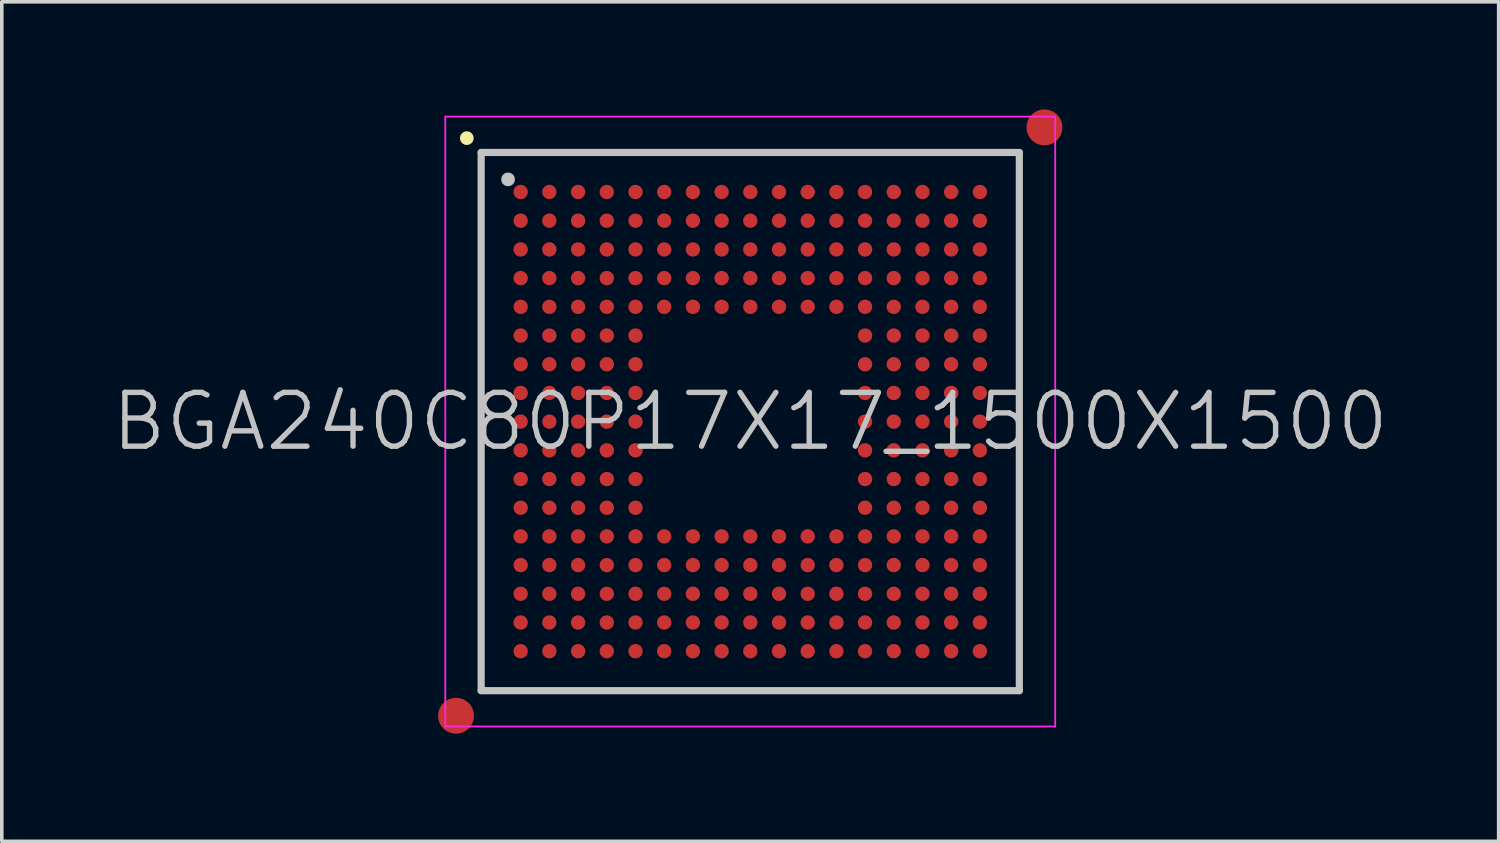
<source format=kicad_pcb>
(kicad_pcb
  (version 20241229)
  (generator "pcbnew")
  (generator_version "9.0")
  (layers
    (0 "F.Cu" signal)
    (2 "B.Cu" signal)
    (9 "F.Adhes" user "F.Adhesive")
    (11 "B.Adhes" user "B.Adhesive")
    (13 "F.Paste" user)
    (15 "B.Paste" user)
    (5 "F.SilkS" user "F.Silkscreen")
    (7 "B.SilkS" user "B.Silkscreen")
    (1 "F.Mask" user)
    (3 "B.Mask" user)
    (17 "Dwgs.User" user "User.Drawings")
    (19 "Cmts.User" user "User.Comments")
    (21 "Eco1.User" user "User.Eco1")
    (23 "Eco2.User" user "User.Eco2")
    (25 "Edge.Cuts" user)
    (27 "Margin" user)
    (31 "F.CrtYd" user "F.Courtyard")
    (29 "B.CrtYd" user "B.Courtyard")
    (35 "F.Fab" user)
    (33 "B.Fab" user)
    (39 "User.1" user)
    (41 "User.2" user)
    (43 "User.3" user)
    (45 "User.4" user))
  (footprint "BGA240C80P17X17_1500X1500"
    (layer "F.Cu")
    (at 17.861 8.7)
    (property "Reference" "BGA240C80P17X17_1500X1500" (at 0 0 0) (layer "Dwgs.User") (effects (font (size 1.5 1.5) (thickness 0.15))))
    (attr smd)
    (fp_line (start -7.9 -7.9) (end -7.9 -7.9) (stroke (width 0.381) (type solid)) (layer "F.SilkS"))
    (fp_line (start -7.5 -7.5) (end -7.5 7.5) (stroke (width 0.2) (type solid)) (layer "Dwgs.User"))
    (fp_line (start -7.5 -7.5) (end 7.5 -7.5) (stroke (width 0.2) (type solid)) (layer "Dwgs.User"))
    (fp_line (start -7.5 7.5) (end 7.5 7.5) (stroke (width 0.2) (type solid)) (layer "Dwgs.User"))
    (fp_line (start -6.75 -6.75) (end -6.75 -6.75) (stroke (width 0.381) (type solid)) (layer "Dwgs.User"))
    (fp_line (start 7.5 -7.5) (end 7.5 7.5) (stroke (width 0.2) (type solid)) (layer "Dwgs.User"))
    (fp_line (start -8.5 -8.5) (end -8.5 8.5) (stroke (width 0.05) (type solid)) (layer "F.CrtYd"))
    (fp_line (start -8.5 -8.5) (end 8.5 -8.5) (stroke (width 0.05) (type solid)) (layer "F.CrtYd"))
    (fp_line (start -8.5 8.5) (end 8.5 8.5) (stroke (width 0.05) (type solid)) (layer "F.CrtYd"))
    (fp_line (start 8.5 -8.5) (end 8.5 8.5) (stroke (width 0.05) (type solid)) (layer "F.CrtYd"))
    (pad "" smd circle (at -8.2 8.2) (size 1 1) (layers "F.Cu" "F.Mask"))
    (pad "" smd circle (at 8.2 -8.2) (size 1 1) (layers "F.Cu" "F.Mask"))
    (pad "A1" smd circle (at -6.399 -6.399) (size 0.4 0.4) (layers "F.Cu" "F.Mask" "F.Paste"))
    (pad "A2" smd circle (at -5.599 -6.399) (size 0.4 0.4) (layers "F.Cu" "F.Mask" "F.Paste"))
    (pad "A3" smd circle (at -4.798 -6.399) (size 0.4 0.4) (layers "F.Cu" "F.Mask" "F.Paste"))
    (pad "A4" smd circle (at -3.998 -6.399) (size 0.4 0.4) (layers "F.Cu" "F.Mask" "F.Paste"))
    (pad "A5" smd circle (at -3.198 -6.399) (size 0.4 0.4) (layers "F.Cu" "F.Mask" "F.Paste"))
    (pad "A6" smd circle (at -2.398 -6.399) (size 0.4 0.4) (layers "F.Cu" "F.Mask" "F.Paste"))
    (pad "A7" smd circle (at -1.598 -6.399) (size 0.4 0.4) (layers "F.Cu" "F.Mask" "F.Paste"))
    (pad "A8" smd circle (at -0.798 -6.399) (size 0.4 0.4) (layers "F.Cu" "F.Mask" "F.Paste"))
    (pad "A9" smd circle (at 0.002 -6.399) (size 0.4 0.4) (layers "F.Cu" "F.Mask" "F.Paste"))
    (pad "A10" smd circle (at 0.802 -6.399) (size 0.4 0.4) (layers "F.Cu" "F.Mask" "F.Paste"))
    (pad "A11" smd circle (at 1.602 -6.399) (size 0.4 0.4) (layers "F.Cu" "F.Mask" "F.Paste"))
    (pad "A12" smd circle (at 2.402 -6.399) (size 0.4 0.4) (layers "F.Cu" "F.Mask" "F.Paste"))
    (pad "A13" smd circle (at 3.2 -6.399) (size 0.4 0.4) (layers "F.Cu" "F.Mask" "F.Paste"))
    (pad "A14" smd circle (at 4 -6.399) (size 0.4 0.4) (layers "F.Cu" "F.Mask" "F.Paste"))
    (pad "A15" smd circle (at 4.8 -6.399) (size 0.4 0.4) (layers "F.Cu" "F.Mask" "F.Paste"))
    (pad "A16" smd circle (at 5.6 -6.399) (size 0.4 0.4) (layers "F.Cu" "F.Mask" "F.Paste"))
    (pad "A17" smd circle (at 6.4 -6.399) (size 0.4 0.4) (layers "F.Cu" "F.Mask" "F.Paste"))
    (pad "B1" smd circle (at -6.399 -5.599) (size 0.4 0.4) (layers "F.Cu" "F.Mask" "F.Paste"))
    (pad "B2" smd circle (at -5.599 -5.599) (size 0.4 0.4) (layers "F.Cu" "F.Mask" "F.Paste"))
    (pad "B3" smd circle (at -4.798 -5.599) (size 0.4 0.4) (layers "F.Cu" "F.Mask" "F.Paste"))
    (pad "B4" smd circle (at -3.998 -5.599) (size 0.4 0.4) (layers "F.Cu" "F.Mask" "F.Paste"))
    (pad "B5" smd circle (at -3.198 -5.599) (size 0.4 0.4) (layers "F.Cu" "F.Mask" "F.Paste"))
    (pad "B6" smd circle (at -2.398 -5.599) (size 0.4 0.4) (layers "F.Cu" "F.Mask" "F.Paste"))
    (pad "B7" smd circle (at -1.598 -5.599) (size 0.4 0.4) (layers "F.Cu" "F.Mask" "F.Paste"))
    (pad "B8" smd circle (at -0.798 -5.599) (size 0.4 0.4) (layers "F.Cu" "F.Mask" "F.Paste"))
    (pad "B9" smd circle (at 0.002 -5.599) (size 0.4 0.4) (layers "F.Cu" "F.Mask" "F.Paste"))
    (pad "B10" smd circle (at 0.802 -5.599) (size 0.4 0.4) (layers "F.Cu" "F.Mask" "F.Paste"))
    (pad "B11" smd circle (at 1.602 -5.599) (size 0.4 0.4) (layers "F.Cu" "F.Mask" "F.Paste"))
    (pad "B12" smd circle (at 2.402 -5.599) (size 0.4 0.4) (layers "F.Cu" "F.Mask" "F.Paste"))
    (pad "B13" smd circle (at 3.2 -5.599) (size 0.4 0.4) (layers "F.Cu" "F.Mask" "F.Paste"))
    (pad "B14" smd circle (at 4 -5.599) (size 0.4 0.4) (layers "F.Cu" "F.Mask" "F.Paste"))
    (pad "B15" smd circle (at 4.8 -5.599) (size 0.4 0.4) (layers "F.Cu" "F.Mask" "F.Paste"))
    (pad "B16" smd circle (at 5.6 -5.599) (size 0.4 0.4) (layers "F.Cu" "F.Mask" "F.Paste"))
    (pad "B17" smd circle (at 6.4 -5.599) (size 0.4 0.4) (layers "F.Cu" "F.Mask" "F.Paste"))
    (pad "C1" smd circle (at -6.399 -4.798) (size 0.4 0.4) (layers "F.Cu" "F.Mask" "F.Paste"))
    (pad "C2" smd circle (at -5.599 -4.798) (size 0.4 0.4) (layers "F.Cu" "F.Mask" "F.Paste"))
    (pad "C3" smd circle (at -4.798 -4.798) (size 0.4 0.4) (layers "F.Cu" "F.Mask" "F.Paste"))
    (pad "C4" smd circle (at -3.998 -4.798) (size 0.4 0.4) (layers "F.Cu" "F.Mask" "F.Paste"))
    (pad "C5" smd circle (at -3.198 -4.798) (size 0.4 0.4) (layers "F.Cu" "F.Mask" "F.Paste"))
    (pad "C6" smd circle (at -2.398 -4.798) (size 0.4 0.4) (layers "F.Cu" "F.Mask" "F.Paste"))
    (pad "C7" smd circle (at -1.598 -4.798) (size 0.4 0.4) (layers "F.Cu" "F.Mask" "F.Paste"))
    (pad "C8" smd circle (at -0.798 -4.798) (size 0.4 0.4) (layers "F.Cu" "F.Mask" "F.Paste"))
    (pad "C9" smd circle (at 0.002 -4.798) (size 0.4 0.4) (layers "F.Cu" "F.Mask" "F.Paste"))
    (pad "C10" smd circle (at 0.802 -4.798) (size 0.4 0.4) (layers "F.Cu" "F.Mask" "F.Paste"))
    (pad "C11" smd circle (at 1.602 -4.798) (size 0.4 0.4) (layers "F.Cu" "F.Mask" "F.Paste"))
    (pad "C12" smd circle (at 2.402 -4.798) (size 0.4 0.4) (layers "F.Cu" "F.Mask" "F.Paste"))
    (pad "C13" smd circle (at 3.2 -4.798) (size 0.4 0.4) (layers "F.Cu" "F.Mask" "F.Paste"))
    (pad "C14" smd circle (at 4 -4.798) (size 0.4 0.4) (layers "F.Cu" "F.Mask" "F.Paste"))
    (pad "C15" smd circle (at 4.8 -4.798) (size 0.4 0.4) (layers "F.Cu" "F.Mask" "F.Paste"))
    (pad "C16" smd circle (at 5.6 -4.798) (size 0.4 0.4) (layers "F.Cu" "F.Mask" "F.Paste"))
    (pad "C17" smd circle (at 6.4 -4.798) (size 0.4 0.4) (layers "F.Cu" "F.Mask" "F.Paste"))
    (pad "D1" smd circle (at -6.399 -3.998) (size 0.4 0.4) (layers "F.Cu" "F.Mask" "F.Paste"))
    (pad "D2" smd circle (at -5.599 -3.998) (size 0.4 0.4) (layers "F.Cu" "F.Mask" "F.Paste"))
    (pad "D3" smd circle (at -4.798 -3.998) (size 0.4 0.4) (layers "F.Cu" "F.Mask" "F.Paste"))
    (pad "D4" smd circle (at -3.998 -3.998) (size 0.4 0.4) (layers "F.Cu" "F.Mask" "F.Paste"))
    (pad "D5" smd circle (at -3.198 -3.998) (size 0.4 0.4) (layers "F.Cu" "F.Mask" "F.Paste"))
    (pad "D6" smd circle (at -2.398 -3.998) (size 0.4 0.4) (layers "F.Cu" "F.Mask" "F.Paste"))
    (pad "D7" smd circle (at -1.598 -3.998) (size 0.4 0.4) (layers "F.Cu" "F.Mask" "F.Paste"))
    (pad "D8" smd circle (at -0.798 -3.998) (size 0.4 0.4) (layers "F.Cu" "F.Mask" "F.Paste"))
    (pad "D9" smd circle (at 0.002 -3.998) (size 0.4 0.4) (layers "F.Cu" "F.Mask" "F.Paste"))
    (pad "D10" smd circle (at 0.802 -3.998) (size 0.4 0.4) (layers "F.Cu" "F.Mask" "F.Paste"))
    (pad "D11" smd circle (at 1.602 -3.998) (size 0.4 0.4) (layers "F.Cu" "F.Mask" "F.Paste"))
    (pad "D12" smd circle (at 2.402 -3.998) (size 0.4 0.4) (layers "F.Cu" "F.Mask" "F.Paste"))
    (pad "D13" smd circle (at 3.2 -3.998) (size 0.4 0.4) (layers "F.Cu" "F.Mask" "F.Paste"))
    (pad "D14" smd circle (at 4 -3.998) (size 0.4 0.4) (layers "F.Cu" "F.Mask" "F.Paste"))
    (pad "D15" smd circle (at 4.8 -3.998) (size 0.4 0.4) (layers "F.Cu" "F.Mask" "F.Paste"))
    (pad "D16" smd circle (at 5.6 -3.998) (size 0.4 0.4) (layers "F.Cu" "F.Mask" "F.Paste"))
    (pad "D17" smd circle (at 6.4 -3.998) (size 0.4 0.4) (layers "F.Cu" "F.Mask" "F.Paste"))
    (pad "E1" smd circle (at -6.399 -3.198) (size 0.4 0.4) (layers "F.Cu" "F.Mask" "F.Paste"))
    (pad "E2" smd circle (at -5.599 -3.198) (size 0.4 0.4) (layers "F.Cu" "F.Mask" "F.Paste"))
    (pad "E3" smd circle (at -4.798 -3.198) (size 0.4 0.4) (layers "F.Cu" "F.Mask" "F.Paste"))
    (pad "E4" smd circle (at -3.998 -3.198) (size 0.4 0.4) (layers "F.Cu" "F.Mask" "F.Paste"))
    (pad "E5" smd circle (at -3.198 -3.198) (size 0.4 0.4) (layers "F.Cu" "F.Mask" "F.Paste"))
    (pad "E6" smd circle (at -2.398 -3.198) (size 0.4 0.4) (layers "F.Cu" "F.Mask" "F.Paste"))
    (pad "E7" smd circle (at -1.598 -3.198) (size 0.4 0.4) (layers "F.Cu" "F.Mask" "F.Paste"))
    (pad "E8" smd circle (at -0.798 -3.198) (size 0.4 0.4) (layers "F.Cu" "F.Mask" "F.Paste"))
    (pad "E9" smd circle (at 0.002 -3.198) (size 0.4 0.4) (layers "F.Cu" "F.Mask" "F.Paste"))
    (pad "E10" smd circle (at 0.802 -3.198) (size 0.4 0.4) (layers "F.Cu" "F.Mask" "F.Paste"))
    (pad "E11" smd circle (at 1.602 -3.198) (size 0.4 0.4) (layers "F.Cu" "F.Mask" "F.Paste"))
    (pad "E12" smd circle (at 2.402 -3.198) (size 0.4 0.4) (layers "F.Cu" "F.Mask" "F.Paste"))
    (pad "E13" smd circle (at 3.2 -3.198) (size 0.4 0.4) (layers "F.Cu" "F.Mask" "F.Paste"))
    (pad "E14" smd circle (at 4 -3.198) (size 0.4 0.4) (layers "F.Cu" "F.Mask" "F.Paste"))
    (pad "E15" smd circle (at 4.8 -3.198) (size 0.4 0.4) (layers "F.Cu" "F.Mask" "F.Paste"))
    (pad "E16" smd circle (at 5.6 -3.198) (size 0.4 0.4) (layers "F.Cu" "F.Mask" "F.Paste"))
    (pad "E17" smd circle (at 6.4 -3.198) (size 0.4 0.4) (layers "F.Cu" "F.Mask" "F.Paste"))
    (pad "F1" smd circle (at -6.399 -2.398) (size 0.4 0.4) (layers "F.Cu" "F.Mask" "F.Paste"))
    (pad "F2" smd circle (at -5.599 -2.398) (size 0.4 0.4) (layers "F.Cu" "F.Mask" "F.Paste"))
    (pad "F3" smd circle (at -4.798 -2.398) (size 0.4 0.4) (layers "F.Cu" "F.Mask" "F.Paste"))
    (pad "F4" smd circle (at -3.998 -2.398) (size 0.4 0.4) (layers "F.Cu" "F.Mask" "F.Paste"))
    (pad "F5" smd circle (at -3.198 -2.398) (size 0.4 0.4) (layers "F.Cu" "F.Mask" "F.Paste"))
    (pad "F13" smd circle (at 3.2 -2.398) (size 0.4 0.4) (layers "F.Cu" "F.Mask" "F.Paste"))
    (pad "F14" smd circle (at 4 -2.398) (size 0.4 0.4) (layers "F.Cu" "F.Mask" "F.Paste"))
    (pad "F15" smd circle (at 4.8 -2.398) (size 0.4 0.4) (layers "F.Cu" "F.Mask" "F.Paste"))
    (pad "F16" smd circle (at 5.6 -2.398) (size 0.4 0.4) (layers "F.Cu" "F.Mask" "F.Paste"))
    (pad "F17" smd circle (at 6.4 -2.398) (size 0.4 0.4) (layers "F.Cu" "F.Mask" "F.Paste"))
    (pad "G1" smd circle (at -6.399 -1.598) (size 0.4 0.4) (layers "F.Cu" "F.Mask" "F.Paste"))
    (pad "G2" smd circle (at -5.599 -1.598) (size 0.4 0.4) (layers "F.Cu" "F.Mask" "F.Paste"))
    (pad "G3" smd circle (at -4.798 -1.598) (size 0.4 0.4) (layers "F.Cu" "F.Mask" "F.Paste"))
    (pad "G4" smd circle (at -3.998 -1.598) (size 0.4 0.4) (layers "F.Cu" "F.Mask" "F.Paste"))
    (pad "G5" smd circle (at -3.198 -1.598) (size 0.4 0.4) (layers "F.Cu" "F.Mask" "F.Paste"))
    (pad "G13" smd circle (at 3.2 -1.598) (size 0.4 0.4) (layers "F.Cu" "F.Mask" "F.Paste"))
    (pad "G14" smd circle (at 4 -1.598) (size 0.4 0.4) (layers "F.Cu" "F.Mask" "F.Paste"))
    (pad "G15" smd circle (at 4.8 -1.598) (size 0.4 0.4) (layers "F.Cu" "F.Mask" "F.Paste"))
    (pad "G16" smd circle (at 5.6 -1.598) (size 0.4 0.4) (layers "F.Cu" "F.Mask" "F.Paste"))
    (pad "G17" smd circle (at 6.4 -1.598) (size 0.4 0.4) (layers "F.Cu" "F.Mask" "F.Paste"))
    (pad "H1" smd circle (at -6.399 -0.798) (size 0.4 0.4) (layers "F.Cu" "F.Mask" "F.Paste"))
    (pad "H2" smd circle (at -5.599 -0.798) (size 0.4 0.4) (layers "F.Cu" "F.Mask" "F.Paste"))
    (pad "H3" smd circle (at -4.798 -0.798) (size 0.4 0.4) (layers "F.Cu" "F.Mask" "F.Paste"))
    (pad "H4" smd circle (at -3.998 -0.798) (size 0.4 0.4) (layers "F.Cu" "F.Mask" "F.Paste"))
    (pad "H5" smd circle (at -3.198 -0.798) (size 0.4 0.4) (layers "F.Cu" "F.Mask" "F.Paste"))
    (pad "H13" smd circle (at 3.2 -0.798) (size 0.4 0.4) (layers "F.Cu" "F.Mask" "F.Paste"))
    (pad "H14" smd circle (at 4 -0.798) (size 0.4 0.4) (layers "F.Cu" "F.Mask" "F.Paste"))
    (pad "H15" smd circle (at 4.8 -0.798) (size 0.4 0.4) (layers "F.Cu" "F.Mask" "F.Paste"))
    (pad "H16" smd circle (at 5.6 -0.798) (size 0.4 0.4) (layers "F.Cu" "F.Mask" "F.Paste"))
    (pad "H17" smd circle (at 6.4 -0.798) (size 0.4 0.4) (layers "F.Cu" "F.Mask" "F.Paste"))
    (pad "J1" smd circle (at -6.399 0.002) (size 0.4 0.4) (layers "F.Cu" "F.Mask" "F.Paste"))
    (pad "J2" smd circle (at -5.599 0.002) (size 0.4 0.4) (layers "F.Cu" "F.Mask" "F.Paste"))
    (pad "J3" smd circle (at -4.798 0.002) (size 0.4 0.4) (layers "F.Cu" "F.Mask" "F.Paste"))
    (pad "J4" smd circle (at -3.998 0.002) (size 0.4 0.4) (layers "F.Cu" "F.Mask" "F.Paste"))
    (pad "J5" smd circle (at -3.198 0.002) (size 0.4 0.4) (layers "F.Cu" "F.Mask" "F.Paste"))
    (pad "J13" smd circle (at 3.2 0.002) (size 0.4 0.4) (layers "F.Cu" "F.Mask" "F.Paste"))
    (pad "J14" smd circle (at 4 0.002) (size 0.4 0.4) (layers "F.Cu" "F.Mask" "F.Paste"))
    (pad "J15" smd circle (at 4.8 0.002) (size 0.4 0.4) (layers "F.Cu" "F.Mask" "F.Paste"))
    (pad "J16" smd circle (at 5.6 0.002) (size 0.4 0.4) (layers "F.Cu" "F.Mask" "F.Paste"))
    (pad "J17" smd circle (at 6.4 0.002) (size 0.4 0.4) (layers "F.Cu" "F.Mask" "F.Paste"))
    (pad "K1" smd circle (at -6.399 0.802) (size 0.4 0.4) (layers "F.Cu" "F.Mask" "F.Paste"))
    (pad "K2" smd circle (at -5.599 0.802) (size 0.4 0.4) (layers "F.Cu" "F.Mask" "F.Paste"))
    (pad "K3" smd circle (at -4.798 0.802) (size 0.4 0.4) (layers "F.Cu" "F.Mask" "F.Paste"))
    (pad "K4" smd circle (at -3.998 0.802) (size 0.4 0.4) (layers "F.Cu" "F.Mask" "F.Paste"))
    (pad "K5" smd circle (at -3.198 0.802) (size 0.4 0.4) (layers "F.Cu" "F.Mask" "F.Paste"))
    (pad "K13" smd circle (at 3.2 0.802) (size 0.4 0.4) (layers "F.Cu" "F.Mask" "F.Paste"))
    (pad "K14" smd circle (at 4 0.802) (size 0.4 0.4) (layers "F.Cu" "F.Mask" "F.Paste"))
    (pad "K15" smd circle (at 4.8 0.802) (size 0.4 0.4) (layers "F.Cu" "F.Mask" "F.Paste"))
    (pad "K16" smd circle (at 5.6 0.802) (size 0.4 0.4) (layers "F.Cu" "F.Mask" "F.Paste"))
    (pad "K17" smd circle (at 6.4 0.802) (size 0.4 0.4) (layers "F.Cu" "F.Mask" "F.Paste"))
    (pad "L1" smd circle (at -6.399 1.602) (size 0.4 0.4) (layers "F.Cu" "F.Mask" "F.Paste"))
    (pad "L2" smd circle (at -5.599 1.602) (size 0.4 0.4) (layers "F.Cu" "F.Mask" "F.Paste"))
    (pad "L3" smd circle (at -4.798 1.602) (size 0.4 0.4) (layers "F.Cu" "F.Mask" "F.Paste"))
    (pad "L4" smd circle (at -3.998 1.602) (size 0.4 0.4) (layers "F.Cu" "F.Mask" "F.Paste"))
    (pad "L5" smd circle (at -3.198 1.602) (size 0.4 0.4) (layers "F.Cu" "F.Mask" "F.Paste"))
    (pad "L13" smd circle (at 3.2 1.602) (size 0.4 0.4) (layers "F.Cu" "F.Mask" "F.Paste"))
    (pad "L14" smd circle (at 4 1.602) (size 0.4 0.4) (layers "F.Cu" "F.Mask" "F.Paste"))
    (pad "L15" smd circle (at 4.8 1.602) (size 0.4 0.4) (layers "F.Cu" "F.Mask" "F.Paste"))
    (pad "L16" smd circle (at 5.6 1.602) (size 0.4 0.4) (layers "F.Cu" "F.Mask" "F.Paste"))
    (pad "L17" smd circle (at 6.4 1.602) (size 0.4 0.4) (layers "F.Cu" "F.Mask" "F.Paste"))
    (pad "M1" smd circle (at -6.399 2.402) (size 0.4 0.4) (layers "F.Cu" "F.Mask" "F.Paste"))
    (pad "M2" smd circle (at -5.599 2.402) (size 0.4 0.4) (layers "F.Cu" "F.Mask" "F.Paste"))
    (pad "M3" smd circle (at -4.798 2.402) (size 0.4 0.4) (layers "F.Cu" "F.Mask" "F.Paste"))
    (pad "M4" smd circle (at -3.998 2.402) (size 0.4 0.4) (layers "F.Cu" "F.Mask" "F.Paste"))
    (pad "M5" smd circle (at -3.198 2.402) (size 0.4 0.4) (layers "F.Cu" "F.Mask" "F.Paste"))
    (pad "M13" smd circle (at 3.2 2.402) (size 0.4 0.4) (layers "F.Cu" "F.Mask" "F.Paste"))
    (pad "M14" smd circle (at 4 2.402) (size 0.4 0.4) (layers "F.Cu" "F.Mask" "F.Paste"))
    (pad "M15" smd circle (at 4.8 2.402) (size 0.4 0.4) (layers "F.Cu" "F.Mask" "F.Paste"))
    (pad "M16" smd circle (at 5.6 2.402) (size 0.4 0.4) (layers "F.Cu" "F.Mask" "F.Paste"))
    (pad "M17" smd circle (at 6.4 2.402) (size 0.4 0.4) (layers "F.Cu" "F.Mask" "F.Paste"))
    (pad "N1" smd circle (at -6.399 3.2) (size 0.4 0.4) (layers "F.Cu" "F.Mask" "F.Paste"))
    (pad "N2" smd circle (at -5.599 3.2) (size 0.4 0.4) (layers "F.Cu" "F.Mask" "F.Paste"))
    (pad "N3" smd circle (at -4.798 3.2) (size 0.4 0.4) (layers "F.Cu" "F.Mask" "F.Paste"))
    (pad "N4" smd circle (at -3.998 3.2) (size 0.4 0.4) (layers "F.Cu" "F.Mask" "F.Paste"))
    (pad "N5" smd circle (at -3.198 3.2) (size 0.4 0.4) (layers "F.Cu" "F.Mask" "F.Paste"))
    (pad "N6" smd circle (at -2.398 3.2) (size 0.4 0.4) (layers "F.Cu" "F.Mask" "F.Paste"))
    (pad "N7" smd circle (at -1.598 3.2) (size 0.4 0.4) (layers "F.Cu" "F.Mask" "F.Paste"))
    (pad "N8" smd circle (at -0.798 3.2) (size 0.4 0.4) (layers "F.Cu" "F.Mask" "F.Paste"))
    (pad "N9" smd circle (at 0.002 3.2) (size 0.4 0.4) (layers "F.Cu" "F.Mask" "F.Paste"))
    (pad "N10" smd circle (at 0.802 3.2) (size 0.4 0.4) (layers "F.Cu" "F.Mask" "F.Paste"))
    (pad "N11" smd circle (at 1.602 3.2) (size 0.4 0.4) (layers "F.Cu" "F.Mask" "F.Paste"))
    (pad "N12" smd circle (at 2.402 3.2) (size 0.4 0.4) (layers "F.Cu" "F.Mask" "F.Paste"))
    (pad "N13" smd circle (at 3.2 3.2) (size 0.4 0.4) (layers "F.Cu" "F.Mask" "F.Paste"))
    (pad "N14" smd circle (at 4 3.2) (size 0.4 0.4) (layers "F.Cu" "F.Mask" "F.Paste"))
    (pad "N15" smd circle (at 4.8 3.2) (size 0.4 0.4) (layers "F.Cu" "F.Mask" "F.Paste"))
    (pad "N16" smd circle (at 5.6 3.2) (size 0.4 0.4) (layers "F.Cu" "F.Mask" "F.Paste"))
    (pad "N17" smd circle (at 6.4 3.2) (size 0.4 0.4) (layers "F.Cu" "F.Mask" "F.Paste"))
    (pad "P1" smd circle (at -6.399 4) (size 0.4 0.4) (layers "F.Cu" "F.Mask" "F.Paste"))
    (pad "P2" smd circle (at -5.599 4) (size 0.4 0.4) (layers "F.Cu" "F.Mask" "F.Paste"))
    (pad "P3" smd circle (at -4.798 4) (size 0.4 0.4) (layers "F.Cu" "F.Mask" "F.Paste"))
    (pad "P4" smd circle (at -3.998 4) (size 0.4 0.4) (layers "F.Cu" "F.Mask" "F.Paste"))
    (pad "P5" smd circle (at -3.198 4) (size 0.4 0.4) (layers "F.Cu" "F.Mask" "F.Paste"))
    (pad "P6" smd circle (at -2.398 4) (size 0.4 0.4) (layers "F.Cu" "F.Mask" "F.Paste"))
    (pad "P7" smd circle (at -1.598 4) (size 0.4 0.4) (layers "F.Cu" "F.Mask" "F.Paste"))
    (pad "P8" smd circle (at -0.798 4) (size 0.4 0.4) (layers "F.Cu" "F.Mask" "F.Paste"))
    (pad "P9" smd circle (at 0.002 4) (size 0.4 0.4) (layers "F.Cu" "F.Mask" "F.Paste"))
    (pad "P10" smd circle (at 0.802 4) (size 0.4 0.4) (layers "F.Cu" "F.Mask" "F.Paste"))
    (pad "P11" smd circle (at 1.602 4) (size 0.4 0.4) (layers "F.Cu" "F.Mask" "F.Paste"))
    (pad "P12" smd circle (at 2.402 4) (size 0.4 0.4) (layers "F.Cu" "F.Mask" "F.Paste"))
    (pad "P13" smd circle (at 3.2 4) (size 0.4 0.4) (layers "F.Cu" "F.Mask" "F.Paste"))
    (pad "P14" smd circle (at 4 4) (size 0.4 0.4) (layers "F.Cu" "F.Mask" "F.Paste"))
    (pad "P15" smd circle (at 4.8 4) (size 0.4 0.4) (layers "F.Cu" "F.Mask" "F.Paste"))
    (pad "P16" smd circle (at 5.6 4) (size 0.4 0.4) (layers "F.Cu" "F.Mask" "F.Paste"))
    (pad "P17" smd circle (at 6.4 4) (size 0.4 0.4) (layers "F.Cu" "F.Mask" "F.Paste"))
    (pad "R1" smd circle (at -6.399 4.8) (size 0.4 0.4) (layers "F.Cu" "F.Mask" "F.Paste"))
    (pad "R2" smd circle (at -5.599 4.8) (size 0.4 0.4) (layers "F.Cu" "F.Mask" "F.Paste"))
    (pad "R3" smd circle (at -4.798 4.8) (size 0.4 0.4) (layers "F.Cu" "F.Mask" "F.Paste"))
    (pad "R4" smd circle (at -3.998 4.8) (size 0.4 0.4) (layers "F.Cu" "F.Mask" "F.Paste"))
    (pad "R5" smd circle (at -3.198 4.8) (size 0.4 0.4) (layers "F.Cu" "F.Mask" "F.Paste"))
    (pad "R6" smd circle (at -2.398 4.8) (size 0.4 0.4) (layers "F.Cu" "F.Mask" "F.Paste"))
    (pad "R7" smd circle (at -1.598 4.8) (size 0.4 0.4) (layers "F.Cu" "F.Mask" "F.Paste"))
    (pad "R8" smd circle (at -0.798 4.8) (size 0.4 0.4) (layers "F.Cu" "F.Mask" "F.Paste"))
    (pad "R9" smd circle (at 0.002 4.8) (size 0.4 0.4) (layers "F.Cu" "F.Mask" "F.Paste"))
    (pad "R10" smd circle (at 0.802 4.8) (size 0.4 0.4) (layers "F.Cu" "F.Mask" "F.Paste"))
    (pad "R11" smd circle (at 1.602 4.8) (size 0.4 0.4) (layers "F.Cu" "F.Mask" "F.Paste"))
    (pad "R12" smd circle (at 2.402 4.8) (size 0.4 0.4) (layers "F.Cu" "F.Mask" "F.Paste"))
    (pad "R13" smd circle (at 3.2 4.8) (size 0.4 0.4) (layers "F.Cu" "F.Mask" "F.Paste"))
    (pad "R14" smd circle (at 4 4.8) (size 0.4 0.4) (layers "F.Cu" "F.Mask" "F.Paste"))
    (pad "R15" smd circle (at 4.8 4.8) (size 0.4 0.4) (layers "F.Cu" "F.Mask" "F.Paste"))
    (pad "R16" smd circle (at 5.6 4.8) (size 0.4 0.4) (layers "F.Cu" "F.Mask" "F.Paste"))
    (pad "R17" smd circle (at 6.4 4.8) (size 0.4 0.4) (layers "F.Cu" "F.Mask" "F.Paste"))
    (pad "T1" smd circle (at -6.399 5.6) (size 0.4 0.4) (layers "F.Cu" "F.Mask" "F.Paste"))
    (pad "T2" smd circle (at -5.599 5.6) (size 0.4 0.4) (layers "F.Cu" "F.Mask" "F.Paste"))
    (pad "T3" smd circle (at -4.798 5.6) (size 0.4 0.4) (layers "F.Cu" "F.Mask" "F.Paste"))
    (pad "T4" smd circle (at -3.998 5.6) (size 0.4 0.4) (layers "F.Cu" "F.Mask" "F.Paste"))
    (pad "T5" smd circle (at -3.198 5.6) (size 0.4 0.4) (layers "F.Cu" "F.Mask" "F.Paste"))
    (pad "T6" smd circle (at -2.398 5.6) (size 0.4 0.4) (layers "F.Cu" "F.Mask" "F.Paste"))
    (pad "T7" smd circle (at -1.598 5.6) (size 0.4 0.4) (layers "F.Cu" "F.Mask" "F.Paste"))
    (pad "T8" smd circle (at -0.798 5.6) (size 0.4 0.4) (layers "F.Cu" "F.Mask" "F.Paste"))
    (pad "T9" smd circle (at 0.002 5.6) (size 0.4 0.4) (layers "F.Cu" "F.Mask" "F.Paste"))
    (pad "T10" smd circle (at 0.802 5.6) (size 0.4 0.4) (layers "F.Cu" "F.Mask" "F.Paste"))
    (pad "T11" smd circle (at 1.602 5.6) (size 0.4 0.4) (layers "F.Cu" "F.Mask" "F.Paste"))
    (pad "T12" smd circle (at 2.402 5.6) (size 0.4 0.4) (layers "F.Cu" "F.Mask" "F.Paste"))
    (pad "T13" smd circle (at 3.2 5.6) (size 0.4 0.4) (layers "F.Cu" "F.Mask" "F.Paste"))
    (pad "T14" smd circle (at 4 5.6) (size 0.4 0.4) (layers "F.Cu" "F.Mask" "F.Paste"))
    (pad "T15" smd circle (at 4.8 5.6) (size 0.4 0.4) (layers "F.Cu" "F.Mask" "F.Paste"))
    (pad "T16" smd circle (at 5.6 5.6) (size 0.4 0.4) (layers "F.Cu" "F.Mask" "F.Paste"))
    (pad "T17" smd circle (at 6.4 5.6) (size 0.4 0.4) (layers "F.Cu" "F.Mask" "F.Paste"))
    (pad "U1" smd circle (at -6.399 6.4) (size 0.4 0.4) (layers "F.Cu" "F.Mask" "F.Paste"))
    (pad "U2" smd circle (at -5.599 6.4) (size 0.4 0.4) (layers "F.Cu" "F.Mask" "F.Paste"))
    (pad "U3" smd circle (at -4.798 6.4) (size 0.4 0.4) (layers "F.Cu" "F.Mask" "F.Paste"))
    (pad "U4" smd circle (at -3.998 6.4) (size 0.4 0.4) (layers "F.Cu" "F.Mask" "F.Paste"))
    (pad "U5" smd circle (at -3.198 6.4) (size 0.4 0.4) (layers "F.Cu" "F.Mask" "F.Paste"))
    (pad "U6" smd circle (at -2.398 6.4) (size 0.4 0.4) (layers "F.Cu" "F.Mask" "F.Paste"))
    (pad "U7" smd circle (at -1.598 6.4) (size 0.4 0.4) (layers "F.Cu" "F.Mask" "F.Paste"))
    (pad "U8" smd circle (at -0.798 6.4) (size 0.4 0.4) (layers "F.Cu" "F.Mask" "F.Paste"))
    (pad "U9" smd circle (at 0.002 6.4) (size 0.4 0.4) (layers "F.Cu" "F.Mask" "F.Paste"))
    (pad "U10" smd circle (at 0.802 6.4) (size 0.4 0.4) (layers "F.Cu" "F.Mask" "F.Paste"))
    (pad "U11" smd circle (at 1.602 6.4) (size 0.4 0.4) (layers "F.Cu" "F.Mask" "F.Paste"))
    (pad "U12" smd circle (at 2.402 6.4) (size 0.4 0.4) (layers "F.Cu" "F.Mask" "F.Paste"))
    (pad "U13" smd circle (at 3.2 6.4) (size 0.4 0.4) (layers "F.Cu" "F.Mask" "F.Paste"))
    (pad "U14" smd circle (at 4 6.4) (size 0.4 0.4) (layers "F.Cu" "F.Mask" "F.Paste"))
    (pad "U15" smd circle (at 4.8 6.4) (size 0.4 0.4) (layers "F.Cu" "F.Mask" "F.Paste"))
    (pad "U16" smd circle (at 5.6 6.4) (size 0.4 0.4) (layers "F.Cu" "F.Mask" "F.Paste"))
    (pad "U17" smd circle (at 6.4 6.4) (size 0.4 0.4) (layers "F.Cu" "F.Mask" "F.Paste")))
  (gr_rect
    (start -3 -3)
    (end 38.721 20.4)
    (stroke (width 0.1) (type default))
    (fill no)
    (layer "Edge.Cuts")))
</source>
